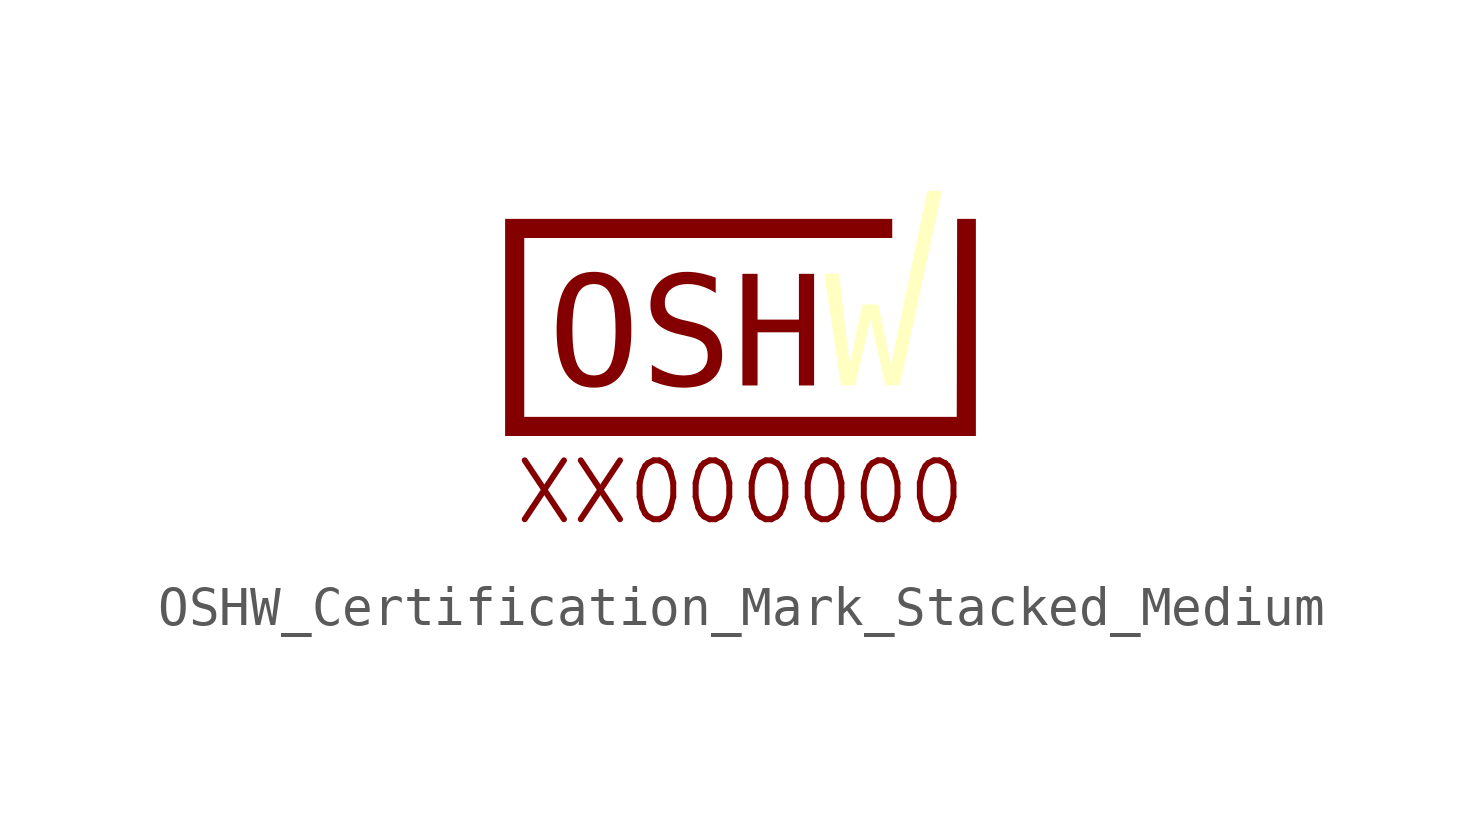
<source format=kicad_sym>
(kicad_symbol_lib
  (version 20220914)
  (generator kicad_symbol_editor)
  (symbol "OSHW_Certification_Mark_Stacked_Medium"
    (property "Reference" "LOGO"
      (at 0 0 0)
      (effects (font (size 1.27 1.27)) hide))
    (symbol "OSHW_Certification_Mark_Stacked_Medium_0_1"
      (polyline (pts (xy -2.783 -0.429) (xy -2.783 -0.429) (xy -2.783 -0.429)) (stroke (width -0.0001) (type default)) (fill (type outline)))
      (polyline (pts (xy 6 -3.137) (xy -6 -3.137) (xy -6 2.398) (xy -6 2.398) (xy 3.868 2.398) (xy 3.868 1.91) (xy -5.512 1.91) (xy -5.512 -2.649) (xy 5.512 -2.649) (xy 5.522 2.398) (xy 6 2.398)) (stroke (width -0.0001) (type default)) (fill (type outline)))
      (polyline (pts (xy 0.435 -0.17) (xy 1.489 -0.17) (xy 1.489 0.997) (xy 1.876 0.997) (xy 1.876 -1.849) (xy 1.489 -1.849) (xy 1.489 -0.494) (xy 0.435 -0.494) (xy 0.435 -1.849) (xy 0.048 -1.849) (xy 0.048 0.997) (xy 0.435 0.997)) (stroke (width -0.0001) (type default)) (fill (type outline)))
      (polyline (pts (xy -3.676 1.047) (xy -3.619 1.042) (xy -3.563 1.035) (xy -3.51 1.025) (xy -3.458 1.012) (xy -3.409 0.997) (xy -3.361 0.978) (xy -3.315 0.957) (xy -3.272 0.932) (xy -3.23 0.905) (xy -3.19 0.875) (xy -3.152 0.842) (xy -3.115 0.807) (xy -3.081 0.768) (xy -3.049 0.727) (xy -3.019 0.682) (xy -2.99 0.635) (xy -2.963 0.585) (xy -2.939 0.532) (xy -2.916 0.476) (xy -2.894 0.416) (xy -2.875 0.354) (xy -2.857 0.289) (xy -2.842 0.222) (xy -2.828 0.151) (xy -2.816 0.077) (xy -2.806 -0.0002) (xy -2.797 -0.08) (xy -2.791 -0.163) (xy -2.786 -0.249) (xy -2.784 -0.337) (xy -2.783 -0.429) (xy -2.784 -0.52) (xy -2.786 -0.609) (xy -2.791 -0.694) (xy -2.797 -0.777) (xy -2.806 -0.857) (xy -2.816 -0.933) (xy -2.828 -1.007) (xy -2.842 -1.078) (xy -2.857 -1.146) (xy -2.875 -1.211) (xy -2.894 -1.273) (xy -2.916 -1.332) (xy -2.939 -1.388) (xy -2.963 -1.441) (xy -2.99 -1.491) (xy -3.019 -1.538) (xy -3.034 -1.561) (xy -3.049 -1.583) (xy -3.065 -1.604) (xy -3.081 -1.624) (xy -3.098 -1.644) (xy -3.115 -1.663) (xy -3.133 -1.681) (xy -3.152 -1.698) (xy -3.17 -1.715) (xy -3.19 -1.731) (xy -3.209 -1.747) (xy -3.23 -1.761) (xy -3.25 -1.775) (xy -3.272 -1.788) (xy -3.293 -1.801) (xy -3.315 -1.813) (xy -3.338 -1.824) (xy -3.361 -1.834) (xy -3.385 -1.844) (xy -3.409 -1.853) (xy -3.433 -1.861) (xy -3.458 -1.869) (xy -3.484 -1.875) (xy -3.51 -1.881) (xy -3.536 -1.887) (xy -3.563 -1.891) (xy -3.619 -1.899) (xy -3.676 -1.903) (xy -3.736 -1.904) (xy -3.795 -1.903) (xy -3.852 -1.899) (xy -3.908 -1.891) (xy -3.961 -1.881) (xy -4.013 -1.869) (xy -4.062 -1.853) (xy -4.11 -1.835) (xy -4.156 -1.813) (xy -4.2 -1.789) (xy -4.242 -1.762) (xy -4.282 -1.732) (xy -4.319 -1.699) (xy -4.356 -1.664) (xy -4.39 -1.625) (xy -4.422 -1.584) (xy -4.452 -1.54) (xy -4.481 -1.493) (xy -4.507 -1.443) (xy -4.532 -1.39) (xy -4.555 -1.334) (xy -4.576 -1.275) (xy -4.595 -1.213) (xy -4.612 -1.148) (xy -4.628 -1.08) (xy -4.642 -1.009) (xy -4.654 -0.935) (xy -4.664 -0.859) (xy -4.672 -0.779) (xy -4.678 -0.696) (xy -4.683 -0.61) (xy -4.686 -0.521) (xy -4.687 -0.429) (xy -4.285 -0.429) (xy -4.282 -0.58) (xy -4.277 -0.719) (xy -4.266 -0.848) (xy -4.253 -0.965) (xy -4.244 -1.02) (xy -4.235 -1.071) (xy -4.224 -1.12) (xy -4.213 -1.166) (xy -4.2 -1.21) (xy -4.187 -1.25) (xy -4.172 -1.288) (xy -4.157 -1.323) (xy -4.14 -1.355) (xy -4.131 -1.371) (xy -4.122 -1.386) (xy -4.112 -1.4) (xy -4.103 -1.414) (xy -4.092 -1.428) (xy -4.082 -1.44) (xy -4.071 -1.453) (xy -4.06 -1.465) (xy -4.048 -1.476) (xy -4.037 -1.487) (xy -4.025 -1.497) (xy -4.012 -1.507) (xy -4 -1.516) (xy -3.987 -1.524) (xy -3.973 -1.532) (xy -3.96 -1.54) (xy -3.946 -1.547) (xy -3.932 -1.554) (xy -3.917 -1.56) (xy -3.902 -1.565) (xy -3.887 -1.57) (xy -3.871 -1.575) (xy -3.855 -1.579) (xy -3.839 -1.582) (xy -3.823 -1.585) (xy -3.806 -1.587) (xy -3.789 -1.589) (xy -3.771 -1.591) (xy -3.736 -1.592) (xy -3.7 -1.591) (xy -3.665 -1.587) (xy -3.631 -1.582) (xy -3.599 -1.575) (xy -3.568 -1.565) (xy -3.539 -1.554) (xy -3.51 -1.54) (xy -3.483 -1.525) (xy -3.458 -1.507) (xy -3.433 -1.487) (xy -3.41 -1.466) (xy -3.389 -1.442) (xy -3.368 -1.415) (xy -3.349 -1.387) (xy -3.331 -1.357) (xy -3.314 -1.325) (xy -3.299 -1.29) (xy -3.284 -1.252) (xy -3.27 -1.211) (xy -3.258 -1.168) (xy -3.246 -1.122) (xy -3.235 -1.073) (xy -3.226 -1.021) (xy -3.217 -0.966) (xy -3.209 -0.909) (xy -3.203 -0.849) (xy -3.197 -0.786) (xy -3.193 -0.72) (xy -3.189 -0.651) (xy -3.187 -0.58) (xy -3.185 -0.506) (xy -3.185 -0.429) (xy -3.187 -0.278) (xy -3.193 -0.138) (xy -3.203 -0.009) (xy -3.217 0.109) (xy -3.226 0.163) (xy -3.235 0.215) (xy -3.246 0.264) (xy -3.258 0.31) (xy -3.27 0.353) (xy -3.284 0.394) (xy -3.299 0.432) (xy -3.314 0.467) (xy -3.331 0.499) (xy -3.34 0.515) (xy -3.349 0.53) (xy -3.358 0.544) (xy -3.368 0.558) (xy -3.378 0.572) (xy -3.389 0.585) (xy -3.399 0.597) (xy -3.41 0.609) (xy -3.422 0.62) (xy -3.433 0.631) (xy -3.446 0.641) (xy -3.458 0.651) (xy -3.47 0.66) (xy -3.483 0.668) (xy -3.497 0.677) (xy -3.51 0.684) (xy -3.524 0.691) (xy -3.539 0.698) (xy -3.553 0.704) (xy -3.568 0.709) (xy -3.584 0.714) (xy -3.599 0.719) (xy -3.615 0.723) (xy -3.631 0.726) (xy -3.648 0.729) (xy -3.665 0.732) (xy -3.682 0.733) (xy -3.7 0.735) (xy -3.736 0.736) (xy -3.771 0.735) (xy -3.806 0.732) (xy -3.839 0.726) (xy -3.871 0.719) (xy -3.902 0.709) (xy -3.932 0.698) (xy -3.96 0.684) (xy -3.987 0.668) (xy -4.012 0.651) (xy -4.037 0.631) (xy -4.06 0.609) (xy -4.082 0.585) (xy -4.103 0.558) (xy -4.122 0.53) (xy -4.14 0.499) (xy -4.157 0.467) (xy -4.172 0.432) (xy -4.187 0.394) (xy -4.2 0.353) (xy -4.213 0.31) (xy -4.224 0.264) (xy -4.235 0.215) (xy -4.244 0.163) (xy -4.253 0.109) (xy -4.26 0.051) (xy -4.266 -0.009) (xy -4.272 -0.072) (xy -4.277 -0.138) (xy -4.28 -0.206) (xy -4.282 -0.278) (xy -4.284 -0.352) (xy -4.285 -0.429) (xy -4.687 -0.429) (xy -4.686 -0.337) (xy -4.683 -0.249) (xy -4.678 -0.163) (xy -4.672 -0.08) (xy -4.664 -0.0002) (xy -4.654 0.077) (xy -4.642 0.151) (xy -4.628 0.222) (xy -4.612 0.289) (xy -4.595 0.354) (xy -4.576 0.416) (xy -4.555 0.476) (xy -4.532 0.532) (xy -4.507 0.585) (xy -4.481 0.635) (xy -4.452 0.682) (xy -4.437 0.705) (xy -4.422 0.727) (xy -4.406 0.748) (xy -4.389 0.768) (xy -4.372 0.788) (xy -4.355 0.807) (xy -4.337 0.825) (xy -4.319 0.842) (xy -4.3 0.859) (xy -4.281 0.875) (xy -4.261 0.891) (xy -4.241 0.905) (xy -4.22 0.919) (xy -4.199 0.932) (xy -4.177 0.945) (xy -4.155 0.957) (xy -4.132 0.968) (xy -4.109 0.978) (xy -4.086 0.988) (xy -4.061 0.997) (xy -4.037 1.005) (xy -4.012 1.012) (xy -3.986 1.019) (xy -3.961 1.025) (xy -3.907 1.035) (xy -3.852 1.042) (xy -3.795 1.047) (xy -3.736 1.048)) (stroke (width -0.0001) (type default)) (fill (type outline)))
      (polyline (pts (xy -1.317 1.047) (xy -1.275 1.045) (xy -1.233 1.042) (xy -1.19 1.038) (xy -1.147 1.033) (xy -1.103 1.026) (xy -1.058 1.018) (xy -1.013 1.01) (xy -0.968 1) (xy -0.921 0.989) (xy -0.875 0.977) (xy -0.827 0.964) (xy -0.779 0.949) (xy -0.731 0.934) (xy -0.682 0.917) (xy -0.632 0.899) (xy -0.632 0.508) (xy -0.676 0.536) (xy -0.72 0.561) (xy -0.764 0.585) (xy -0.808 0.607) (xy -0.852 0.627) (xy -0.896 0.646) (xy -0.94 0.663) (xy -0.985 0.678) (xy -1.028 0.691) (xy -1.073 0.703) (xy -1.117 0.713) (xy -1.161 0.721) (xy -1.205 0.727) (xy -1.25 0.732) (xy -1.294 0.734) (xy -1.339 0.735) (xy -1.373 0.735) (xy -1.405 0.733) (xy -1.437 0.731) (xy -1.468 0.727) (xy -1.498 0.723) (xy -1.528 0.717) (xy -1.556 0.711) (xy -1.583 0.703) (xy -1.61 0.695) (xy -1.635 0.685) (xy -1.66 0.675) (xy -1.684 0.663) (xy -1.706 0.651) (xy -1.728 0.637) (xy -1.75 0.623) (xy -1.77 0.607) (xy -1.789 0.591) (xy -1.807 0.575) (xy -1.824 0.557) (xy -1.839 0.539) (xy -1.853 0.52) (xy -1.866 0.5) (xy -1.878 0.48) (xy -1.889 0.459) (xy -1.898 0.438) (xy -1.906 0.415) (xy -1.913 0.392) (xy -1.918 0.368) (xy -1.923 0.344) (xy -1.926 0.319) (xy -1.927 0.293) (xy -1.928 0.266) (xy -1.928 0.243) (xy -1.927 0.221) (xy -1.925 0.199) (xy -1.922 0.177) (xy -1.918 0.157) (xy -1.914 0.137) (xy -1.908 0.118) (xy -1.902 0.1) (xy -1.895 0.082) (xy -1.888 0.065) (xy -1.879 0.049) (xy -1.87 0.034) (xy -1.86 0.019) (xy -1.849 0.005) (xy -1.838 -0.009) (xy -1.825 -0.022) (xy -1.811 -0.034) (xy -1.796 -0.046) (xy -1.78 -0.058) (xy -1.762 -0.069) (xy -1.742 -0.08) (xy -1.721 -0.091) (xy -1.699 -0.102) (xy -1.675 -0.113) (xy -1.651 -0.123) (xy -1.624 -0.133) (xy -1.596 -0.142) (xy -1.567 -0.152) (xy -1.536 -0.161) (xy -1.504 -0.17) (xy -1.471 -0.179) (xy -1.436 -0.187) (xy -1.234 -0.233) (xy -1.185 -0.245) (xy -1.138 -0.258) (xy -1.092 -0.272) (xy -1.048 -0.286) (xy -1.005 -0.302) (xy -0.965 -0.318) (xy -0.926 -0.335) (xy -0.888 -0.353) (xy -0.853 -0.372) (xy -0.819 -0.392) (xy -0.787 -0.412) (xy -0.756 -0.433) (xy -0.727 -0.455) (xy -0.7 -0.478) (xy -0.675 -0.502) (xy -0.651 -0.527) (xy -0.629 -0.552) (xy -0.608 -0.579) (xy -0.589 -0.607) (xy -0.571 -0.636) (xy -0.555 -0.666) (xy -0.54 -0.697) (xy -0.526 -0.73) (xy -0.514 -0.763) (xy -0.503 -0.798) (xy -0.494 -0.833) (xy -0.486 -0.87) (xy -0.479 -0.908) (xy -0.474 -0.948) (xy -0.471 -0.988) (xy -0.469 -1.029) (xy -0.468 -1.072) (xy -0.469 -1.122) (xy -0.472 -1.17) (xy -0.477 -1.217) (xy -0.484 -1.263) (xy -0.493 -1.307) (xy -0.503 -1.349) (xy -0.516 -1.39) (xy -0.531 -1.43) (xy -0.548 -1.468) (xy -0.566 -1.504) (xy -0.587 -1.539) (xy -0.61 -1.572) (xy -0.634 -1.604) (xy -0.661 -1.635) (xy -0.689 -1.664) (xy -0.72 -1.691) (xy -0.752 -1.717) (xy -0.786 -1.741) (xy -0.822 -1.764) (xy -0.86 -1.785) (xy -0.899 -1.804) (xy -0.941 -1.821) (xy -0.984 -1.837) (xy -1.028 -1.851) (xy -1.075 -1.864) (xy -1.123 -1.875) (xy -1.174 -1.884) (xy -1.226 -1.891) (xy -1.28 -1.897) (xy -1.335 -1.901) (xy -1.392 -1.904) (xy -1.452 -1.905) (xy -1.502 -1.904) (xy -1.552 -1.902) (xy -1.602 -1.899) (xy -1.652 -1.894) (xy -1.702 -1.888) (xy -1.753 -1.88) (xy -1.803 -1.871) (xy -1.854 -1.861) (xy -1.904 -1.85) (xy -1.955 -1.837) (xy -2.006 -1.823) (xy -2.056 -1.808) (xy -2.107 -1.791) (xy -2.158 -1.773) (xy -2.209 -1.754) (xy -2.26 -1.733) (xy -2.26 -1.323) (xy -2.205 -1.357) (xy -2.152 -1.388) (xy -2.099 -1.417) (xy -2.047 -1.444) (xy -1.995 -1.468) (xy -1.945 -1.49) (xy -1.895 -1.51) (xy -1.846 -1.527) (xy -1.797 -1.542) (xy -1.748 -1.556) (xy -1.699 -1.567) (xy -1.649 -1.576) (xy -1.6 -1.583) (xy -1.551 -1.588) (xy -1.501 -1.591) (xy -1.452 -1.592) (xy -1.416 -1.592) (xy -1.381 -1.59) (xy -1.347 -1.587) (xy -1.314 -1.584) (xy -1.282 -1.579) (xy -1.251 -1.574) (xy -1.221 -1.567) (xy -1.192 -1.56) (xy -1.165 -1.551) (xy -1.138 -1.542) (xy -1.112 -1.531) (xy -1.087 -1.519) (xy -1.063 -1.506) (xy -1.04 -1.493) (xy -1.019 -1.478) (xy -0.998 -1.462) (xy -0.978 -1.446) (xy -0.96 -1.428) (xy -0.943 -1.41) (xy -0.927 -1.39) (xy -0.912 -1.37) (xy -0.899 -1.349) (xy -0.887 -1.328) (xy -0.876 -1.305) (xy -0.867 -1.282) (xy -0.859 -1.258) (xy -0.852 -1.233) (xy -0.846 -1.207) (xy -0.842 -1.181) (xy -0.839 -1.153) (xy -0.837 -1.125) (xy -0.836 -1.097) (xy -0.836 -1.07) (xy -0.838 -1.045) (xy -0.84 -1.02) (xy -0.843 -0.996) (xy -0.847 -0.973) (xy -0.852 -0.951) (xy -0.858 -0.929) (xy -0.864 -0.908) (xy -0.872 -0.888) (xy -0.88 -0.869) (xy -0.889 -0.851) (xy -0.899 -0.833) (xy -0.91 -0.816) (xy -0.922 -0.8) (xy -0.935 -0.785) (xy -0.948 -0.771) (xy -0.963 -0.757) (xy -0.979 -0.743) (xy -0.996 -0.73) (xy -1.014 -0.718) (xy -1.034 -0.705) (xy -1.055 -0.694) (xy -1.077 -0.682) (xy -1.1 -0.671) (xy -1.125 -0.66) (xy -1.151 -0.65) (xy -1.179 -0.64) (xy -1.208 -0.631) (xy -1.238 -0.622) (xy -1.269 -0.613) (xy -1.301 -0.605) (xy -1.335 -0.597) (xy -1.541 -0.549) (xy -1.59 -0.538) (xy -1.637 -0.526) (xy -1.682 -0.513) (xy -1.726 -0.499) (xy -1.768 -0.485) (xy -1.808 -0.469) (xy -1.847 -0.454) (xy -1.883 -0.437) (xy -1.918 -0.42) (xy -1.952 -0.402) (xy -1.984 -0.383) (xy -2.014 -0.364) (xy -2.042 -0.344) (xy -2.069 -0.323) (xy -2.094 -0.301) (xy -2.117 -0.279) (xy -2.139 -0.256) (xy -2.159 -0.232) (xy -2.178 -0.207) (xy -2.195 -0.181) (xy -2.211 -0.154) (xy -2.226 -0.126) (xy -2.239 -0.097) (xy -2.251 -0.067) (xy -2.262 -0.036) (xy -2.271 -0.004) (xy -2.278 0.029) (xy -2.285 0.062) (xy -2.29 0.097) (xy -2.293 0.133) (xy -2.295 0.17) (xy -2.296 0.207) (xy -2.295 0.254) (xy -2.292 0.3) (xy -2.287 0.345) (xy -2.28 0.388) (xy -2.271 0.43) (xy -2.26 0.472) (xy -2.247 0.511) (xy -2.232 0.55) (xy -2.215 0.588) (xy -2.196 0.624) (xy -2.175 0.659) (xy -2.152 0.693) (xy -2.127 0.726) (xy -2.1 0.757) (xy -2.071 0.788) (xy -2.041 0.817) (xy -2.008 0.845) (xy -1.974 0.871) (xy -1.938 0.895) (xy -1.901 0.918) (xy -1.863 0.939) (xy -1.824 0.958) (xy -1.783 0.975) (xy -1.741 0.99) (xy -1.698 1.004) (xy -1.653 1.015) (xy -1.607 1.025) (xy -1.56 1.033) (xy -1.512 1.04) (xy -1.462 1.044) (xy -1.411 1.047) (xy -1.358 1.048)) (stroke (width -0.0001) (type default)) (fill (type outline))))
    (symbol "OSHW_Certification_Mark_Stacked_Medium_1_1"
      (polyline (pts (xy 4.061 -1.849) (xy 3.696 -1.849) (xy 3.309 -0.158) (xy 2.925 -1.849) (xy 2.561 -1.849) (xy 2.135 0.997) (xy 2.511 0.997) (xy 2.784 -1.313) (xy 3.107 0.215) (xy 3.51 0.215) (xy 3.837 -1.317) (xy 4.761 3.111) (xy 5.136 3.111)) (stroke (width -0.0001) (type default)) (fill (type background)))
      (text "XX000000" (at 0 -4.572 0) (effects (font (size 1.5 1.5)))))))
</source>
